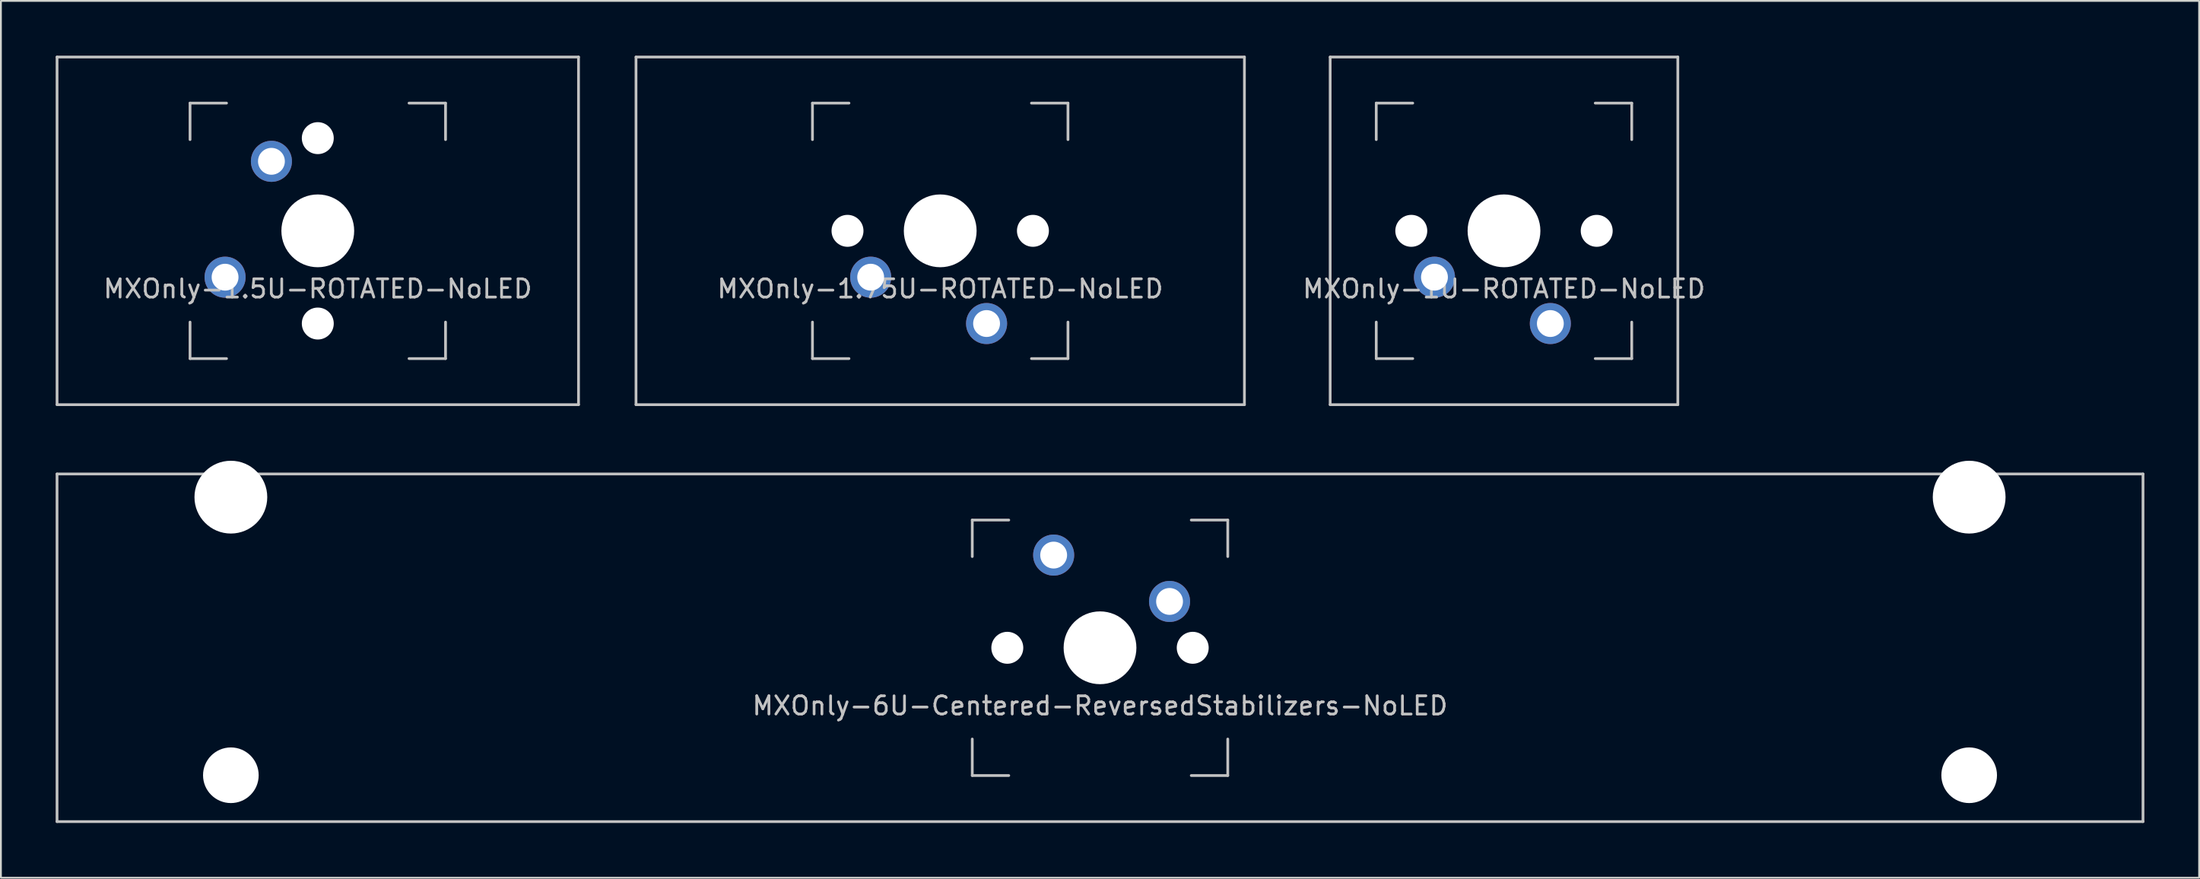
<source format=kicad_pcb>
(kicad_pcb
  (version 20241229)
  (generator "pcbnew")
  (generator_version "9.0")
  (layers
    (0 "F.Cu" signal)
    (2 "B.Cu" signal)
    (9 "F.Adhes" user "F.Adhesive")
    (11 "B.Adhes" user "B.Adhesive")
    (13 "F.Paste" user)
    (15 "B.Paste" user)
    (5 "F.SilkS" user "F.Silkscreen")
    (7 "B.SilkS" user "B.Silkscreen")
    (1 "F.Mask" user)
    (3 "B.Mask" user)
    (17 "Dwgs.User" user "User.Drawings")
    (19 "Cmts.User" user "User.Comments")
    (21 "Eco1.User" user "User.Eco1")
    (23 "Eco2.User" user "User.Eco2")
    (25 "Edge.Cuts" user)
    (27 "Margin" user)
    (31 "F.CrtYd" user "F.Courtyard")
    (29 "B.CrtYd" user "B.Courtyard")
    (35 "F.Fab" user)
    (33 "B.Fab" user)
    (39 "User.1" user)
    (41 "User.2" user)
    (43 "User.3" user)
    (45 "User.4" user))
  (footprint "MXOnly-1.75U-ROTATED-NoLED"
    (layer "F.Cu")
    (at 48.469 9.6)
    (property "Reference" "MXOnly-1.75U-ROTATED-NoLED" (at 0 3.175 0) (layer "Dwgs.User") (effects (font (size 1 1) (thickness 0.15))))
    (attr through_hole)
    (fp_line (start -16.669 -9.525) (end -16.669 9.525) (stroke (width 0.15) (type solid)) (layer "Dwgs.User"))
    (fp_line (start -7 -7) (end -5 -7) (stroke (width 0.15) (type solid)) (layer "Dwgs.User"))
    (fp_line (start -7 -5) (end -7 -7) (stroke (width 0.15) (type solid)) (layer "Dwgs.User"))
    (fp_line (start -7 7) (end -7 5) (stroke (width 0.15) (type solid)) (layer "Dwgs.User"))
    (fp_line (start -5 7) (end -7 7) (stroke (width 0.15) (type solid)) (layer "Dwgs.User"))
    (fp_line (start 5 -7) (end 7 -7) (stroke (width 0.15) (type solid)) (layer "Dwgs.User"))
    (fp_line (start 5 7) (end 7 7) (stroke (width 0.15) (type solid)) (layer "Dwgs.User"))
    (fp_line (start 7 -7) (end 7 -5) (stroke (width 0.15) (type solid)) (layer "Dwgs.User"))
    (fp_line (start 7 7) (end 7 5) (stroke (width 0.15) (type solid)) (layer "Dwgs.User"))
    (fp_line (start 16.669 -9.525) (end -16.669 -9.525) (stroke (width 0.15) (type solid)) (layer "Dwgs.User"))
    (fp_line (start 16.669 9.525) (end -16.669 9.525) (stroke (width 0.15) (type solid)) (layer "Dwgs.User"))
    (fp_line (start 16.669 9.525) (end 16.669 -9.525) (stroke (width 0.15) (type solid)) (layer "Dwgs.User"))
    (pad "" np_thru_hole circle (at -5.08 0 131.9) (size 1.75 1.75) (drill 1.75) (layers "*.Cu" "*.Mask"))
    (pad "" np_thru_hole circle (at 0 0 180) (size 3.988 3.988) (drill 3.988) (layers "*.Cu" "*.Mask"))
    (pad "" np_thru_hole circle (at 5.08 0 131.9) (size 1.75 1.75) (drill 1.75) (layers "*.Cu" "*.Mask"))
    (pad "1" thru_hole circle (at 2.54 5.08 180) (size 2.25 2.25) (drill 1.47) (layers "*.Cu" "*.Mask"))
    (pad "2" thru_hole circle (at -3.81 2.54 180) (size 2.25 2.25) (drill 1.47) (layers "*.Cu" "*.Mask")))
  (footprint "MXOnly-1.5U-ROTATED-NoLED"
    (layer "F.Cu")
    (at 14.363 9.6)
    (property "Reference" "MXOnly-1.5U-ROTATED-NoLED" (at 0 3.175 0) (layer "Dwgs.User") (effects (font (size 1 1) (thickness 0.15))))
    (attr through_hole)
    (fp_line (start -14.287 -9.525) (end -14.287 9.525) (stroke (width 0.15) (type solid)) (layer "Dwgs.User"))
    (fp_line (start -7 -7) (end -5 -7) (stroke (width 0.15) (type solid)) (layer "Dwgs.User"))
    (fp_line (start -7 -5) (end -7 -7) (stroke (width 0.15) (type solid)) (layer "Dwgs.User"))
    (fp_line (start -7 5) (end -7 7) (stroke (width 0.15) (type solid)) (layer "Dwgs.User"))
    (fp_line (start -7 7) (end -5 7) (stroke (width 0.15) (type solid)) (layer "Dwgs.User"))
    (fp_line (start 5 -7) (end 7 -7) (stroke (width 0.15) (type solid)) (layer "Dwgs.User"))
    (fp_line (start 7 -7) (end 7 -5) (stroke (width 0.15) (type solid)) (layer "Dwgs.User"))
    (fp_line (start 7 5) (end 7 7) (stroke (width 0.15) (type solid)) (layer "Dwgs.User"))
    (fp_line (start 7 7) (end 5 7) (stroke (width 0.15) (type solid)) (layer "Dwgs.User"))
    (fp_line (start 14.287 -9.525) (end -14.287 -9.525) (stroke (width 0.15) (type solid)) (layer "Dwgs.User"))
    (fp_line (start 14.287 9.525) (end -14.287 9.525) (stroke (width 0.15) (type solid)) (layer "Dwgs.User"))
    (fp_line (start 14.287 9.525) (end 14.287 -9.525) (stroke (width 0.15) (type solid)) (layer "Dwgs.User"))
    (pad "" np_thru_hole circle (at 0 -5.08 41.9) (size 1.75 1.75) (drill 1.75) (layers "*.Cu" "*.Mask"))
    (pad "" np_thru_hole circle (at 0 0 90) (size 3.988 3.988) (drill 3.988) (layers "*.Cu" "*.Mask"))
    (pad "" np_thru_hole circle (at 0 5.08 41.9) (size 1.75 1.75) (drill 1.75) (layers "*.Cu" "*.Mask"))
    (pad "1" thru_hole circle (at -5.08 2.54 90) (size 2.25 2.25) (drill 1.47) (layers "*.Cu" "*.Mask"))
    (pad "2" thru_hole circle (at -2.54 -3.81 90) (size 2.25 2.25) (drill 1.47) (layers "*.Cu" "*.Mask")))
  (footprint "MXOnly-6U-Centered-ReversedStabilizers-NoLED"
    (layer "F.Cu")
    (at 57.225 32.449)
    (property "Reference" "MXOnly-6U-Centered-ReversedStabilizers-NoLED" (at 0 3.175 0) (layer "Dwgs.User") (effects (font (size 1 1) (thickness 0.15))))
    (attr through_hole)
    (fp_line (start -57.15 -9.525) (end -57.15 9.525) (stroke (width 0.15) (type solid)) (layer "Dwgs.User"))
    (fp_line (start -7 -7) (end -7 -5) (stroke (width 0.15) (type solid)) (layer "Dwgs.User"))
    (fp_line (start -7 7) (end -7 5) (stroke (width 0.15) (type solid)) (layer "Dwgs.User"))
    (fp_line (start -5 -7) (end -7 -7) (stroke (width 0.15) (type solid)) (layer "Dwgs.User"))
    (fp_line (start -5 7) (end -7 7) (stroke (width 0.15) (type solid)) (layer "Dwgs.User"))
    (fp_line (start 5 -7) (end 7 -7) (stroke (width 0.15) (type solid)) (layer "Dwgs.User"))
    (fp_line (start 7 -7) (end 7 -5) (stroke (width 0.15) (type solid)) (layer "Dwgs.User"))
    (fp_line (start 7 5) (end 7 7) (stroke (width 0.15) (type solid)) (layer "Dwgs.User"))
    (fp_line (start 7 7) (end 5 7) (stroke (width 0.15) (type solid)) (layer "Dwgs.User"))
    (fp_line (start 57.15 -9.525) (end -57.15 -9.525) (stroke (width 0.15) (type solid)) (layer "Dwgs.User"))
    (fp_line (start 57.15 9.525) (end -57.15 9.525) (stroke (width 0.15) (type solid)) (layer "Dwgs.User"))
    (fp_line (start 57.15 9.525) (end 57.15 -9.525) (stroke (width 0.15) (type solid)) (layer "Dwgs.User"))
    (pad "" np_thru_hole circle (at -47.625 -8.255) (size 3.988 3.988) (drill 3.988) (layers "*.Cu" "*.Mask"))
    (pad "" np_thru_hole circle (at -47.625 6.985) (size 3.048 3.048) (drill 3.048) (layers "*.Cu" "*.Mask"))
    (pad "" np_thru_hole circle (at -5.08 0 311.9) (size 1.75 1.75) (drill 1.75) (layers "*.Cu" "*.Mask"))
    (pad "" np_thru_hole circle (at 0 0) (size 3.988 3.988) (drill 3.988) (layers "*.Cu" "*.Mask"))
    (pad "" np_thru_hole circle (at 5.08 0 311.9) (size 1.75 1.75) (drill 1.75) (layers "*.Cu" "*.Mask"))
    (pad "" np_thru_hole circle (at 47.625 -8.255) (size 3.988 3.988) (drill 3.988) (layers "*.Cu" "*.Mask"))
    (pad "" np_thru_hole circle (at 47.625 6.985) (size 3.048 3.048) (drill 3.048) (layers "*.Cu" "*.Mask"))
    (pad "1" thru_hole circle (at -2.54 -5.08) (size 2.25 2.25) (drill 1.47) (layers "*.Cu" "*.Mask"))
    (pad "2" thru_hole circle (at 3.81 -2.54) (size 2.25 2.25) (drill 1.47) (layers "*.Cu" "*.Mask")))
  (footprint "MXOnly-1U-ROTATED-NoLED"
    (layer "F.Cu")
    (at 79.361 9.6)
    (property "Reference" "MXOnly-1U-ROTATED-NoLED" (at 0 3.175 0) (layer "Dwgs.User") (effects (font (size 1 1) (thickness 0.15))))
    (attr through_hole)
    (fp_line (start -9.525 -9.525) (end -9.525 9.525) (stroke (width 0.15) (type solid)) (layer "Dwgs.User"))
    (fp_line (start -9.525 9.525) (end 9.525 9.525) (stroke (width 0.15) (type solid)) (layer "Dwgs.User"))
    (fp_line (start -7 -7) (end -5 -7) (stroke (width 0.15) (type solid)) (layer "Dwgs.User"))
    (fp_line (start -7 -5) (end -7 -7) (stroke (width 0.15) (type solid)) (layer "Dwgs.User"))
    (fp_line (start -7 7) (end -7 5) (stroke (width 0.15) (type solid)) (layer "Dwgs.User"))
    (fp_line (start -5 7) (end -7 7) (stroke (width 0.15) (type solid)) (layer "Dwgs.User"))
    (fp_line (start 5 -7) (end 7 -7) (stroke (width 0.15) (type solid)) (layer "Dwgs.User"))
    (fp_line (start 5 7) (end 7 7) (stroke (width 0.15) (type solid)) (layer "Dwgs.User"))
    (fp_line (start 7 -7) (end 7 -5) (stroke (width 0.15) (type solid)) (layer "Dwgs.User"))
    (fp_line (start 7 7) (end 7 5) (stroke (width 0.15) (type solid)) (layer "Dwgs.User"))
    (fp_line (start 9.525 -9.525) (end -9.525 -9.525) (stroke (width 0.15) (type solid)) (layer "Dwgs.User"))
    (fp_line (start 9.525 9.525) (end 9.525 -9.525) (stroke (width 0.15) (type solid)) (layer "Dwgs.User"))
    (pad "" np_thru_hole circle (at -5.08 0 131.9) (size 1.75 1.75) (drill 1.75) (layers "*.Cu" "*.Mask"))
    (pad "" np_thru_hole circle (at 0 0 180) (size 3.988 3.988) (drill 3.988) (layers "*.Cu" "*.Mask"))
    (pad "" np_thru_hole circle (at 5.08 0 131.9) (size 1.75 1.75) (drill 1.75) (layers "*.Cu" "*.Mask"))
    (pad "1" thru_hole circle (at 2.54 5.08 180) (size 2.25 2.25) (drill 1.47) (layers "*.Cu" "*.Mask"))
    (pad "2" thru_hole circle (at -3.81 2.54 180) (size 2.25 2.25) (drill 1.47) (layers "*.Cu" "*.Mask")))
  (gr_rect
    (start -3 -3)
    (end 117.45 45.049)
    (stroke (width 0.1) (type default))
    (fill no)
    (layer "Edge.Cuts")))
</source>
